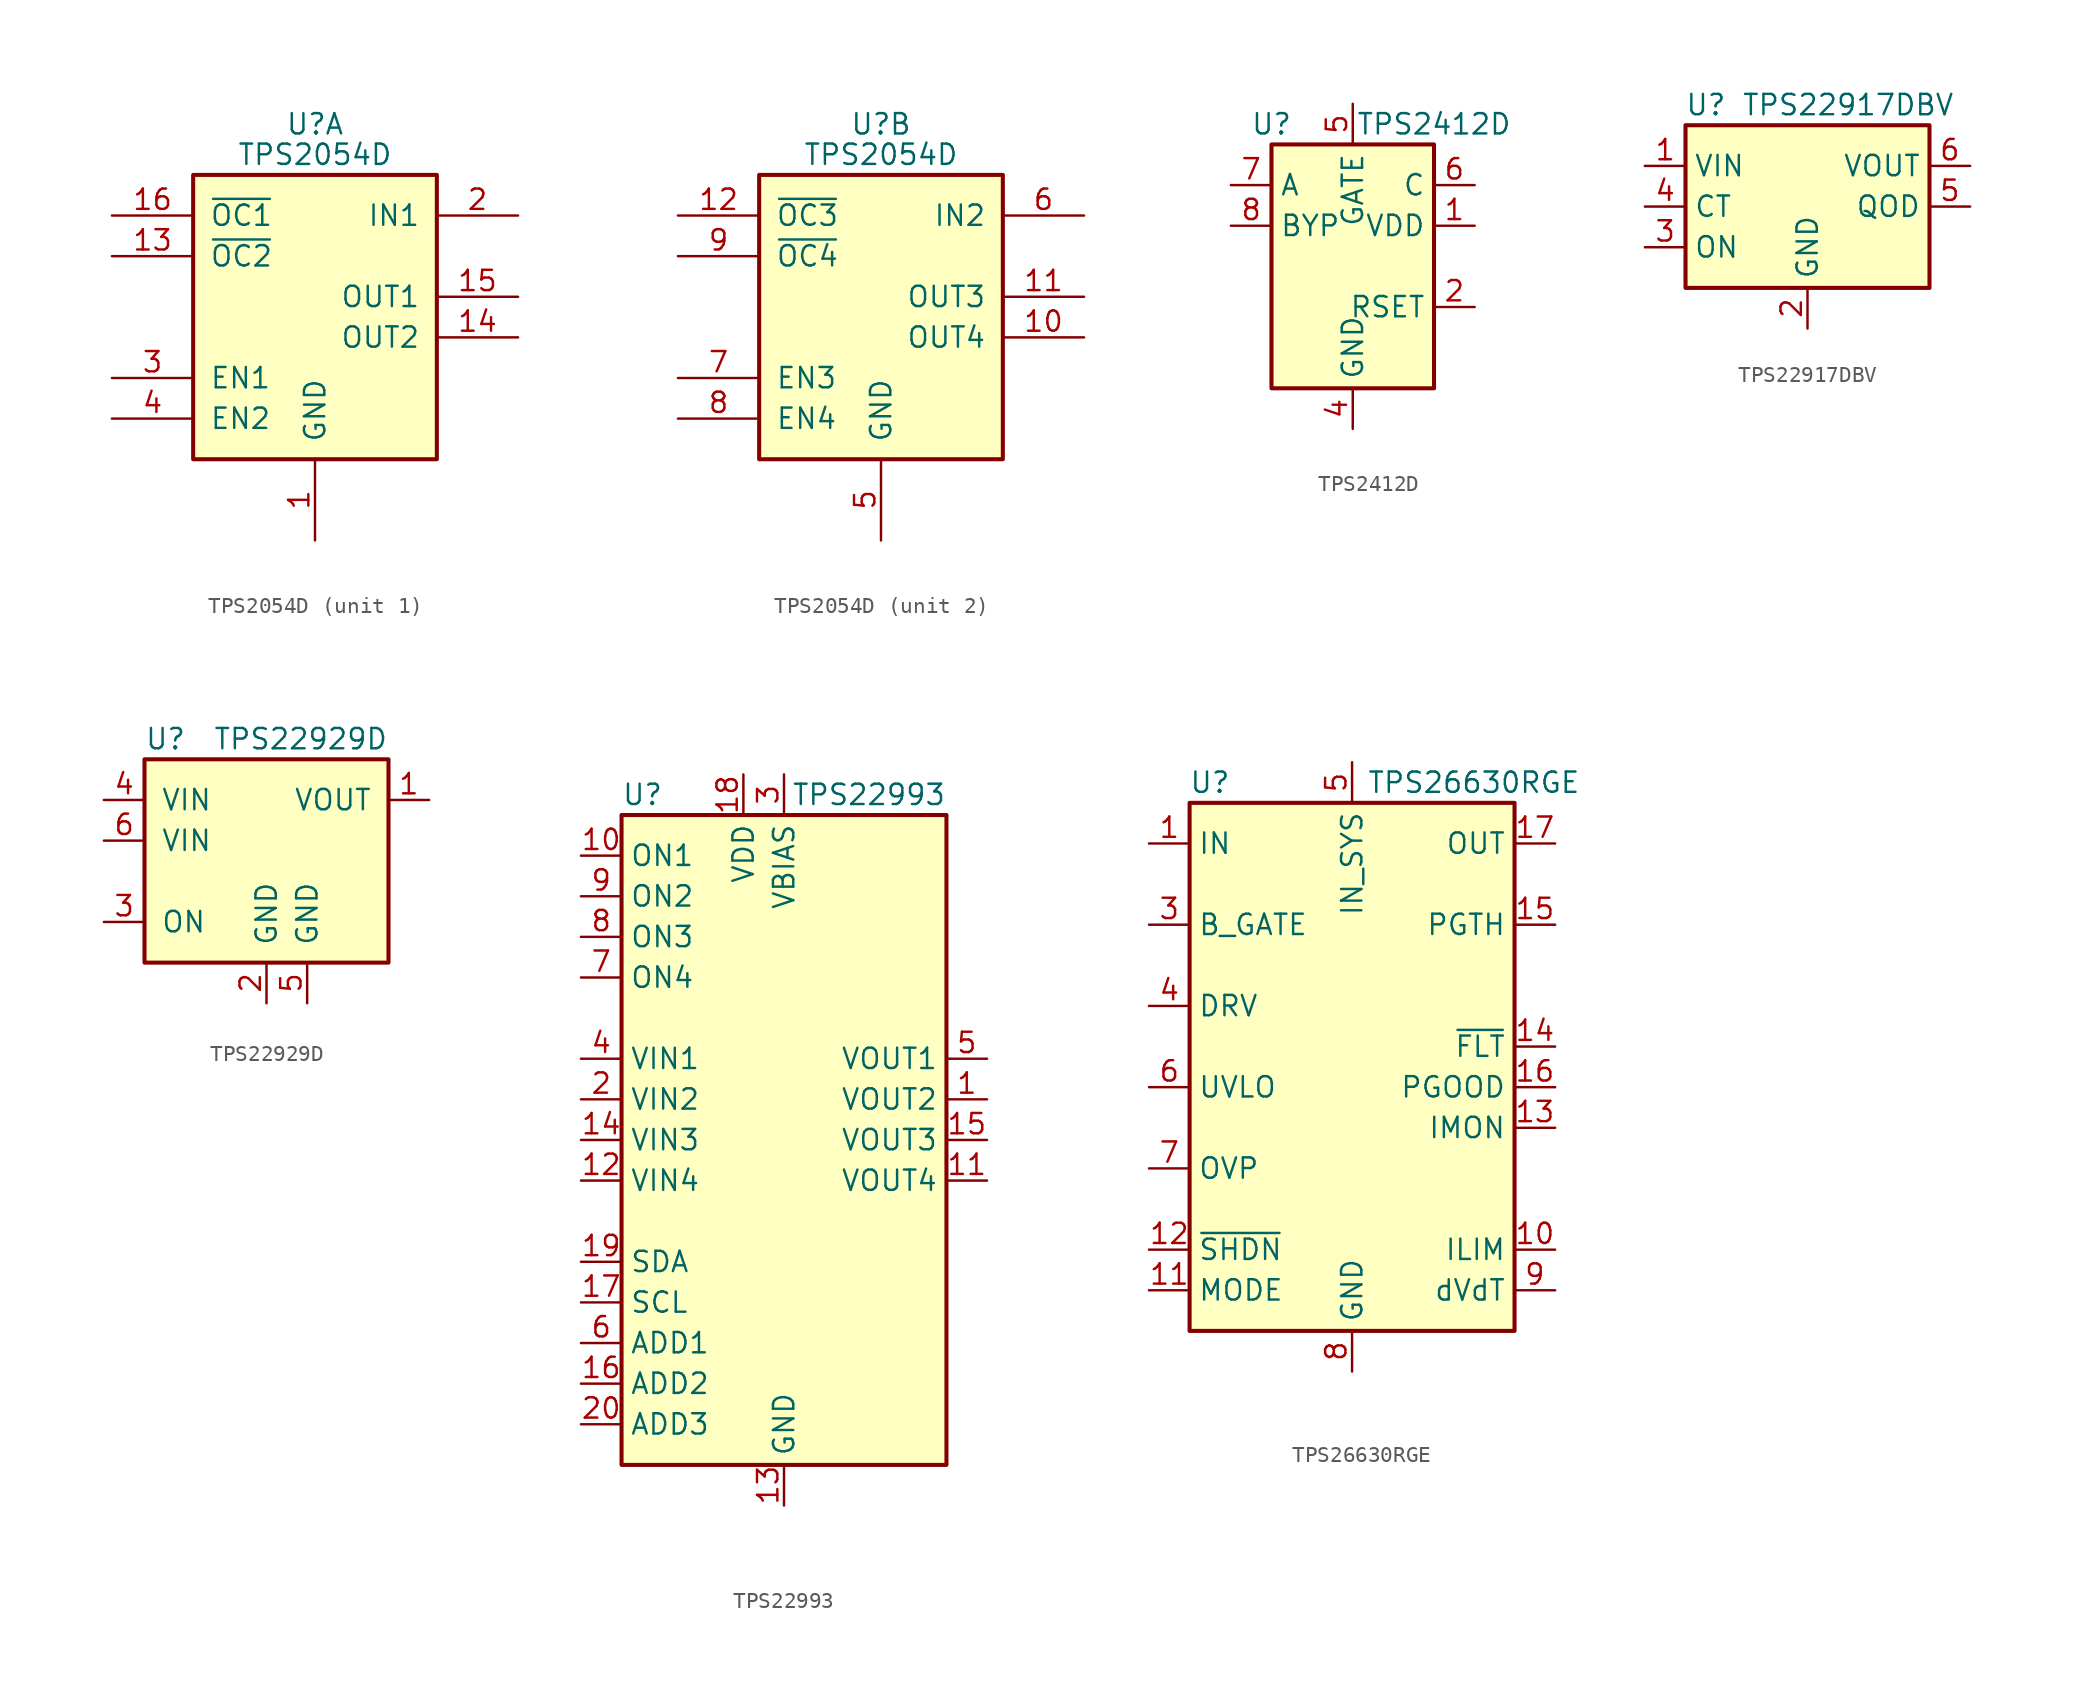
<source format=kicad_sym>
(kicad_symbol_lib
  (version 20220914)
  (generator kicad_symbol_editor)
  (symbol "TPS2054D"
    (pin_names
      (offset 1.016))
    (property "Reference" "U"
      (at 0 10.795 0)
      (effects (font (size 1.27 1.27))))
    (property "Value" "TPS2054D"
      (at 0 8.89 0)
      (effects (font (size 1.27 1.27))))
    (property "ki_locked" ""
      (at 0 0 0)
      (effects (font (size 1.27 1.27))))
    (symbol "TPS2054D_0_1"
      (rectangle (start -7.62 7.62) (end 7.62 -10.16) (stroke (width 0.254) (type default)) (fill (type background))))
    (symbol "TPS2054D_1_1"
      (pin power_in line (at 0 -15.24 90) (length 5.08) (name "GND" (effects (font (size 1.27 1.27)))) (number "1" (effects (font (size 1.27 1.27)))))
      (pin open_collector line (at -12.7 2.54 0) (length 5.08) (name "~{OC2}" (effects (font (size 1.27 1.27)))) (number "13" (effects (font (size 1.27 1.27)))))
      (pin passive line (at 12.7 -2.54 180) (length 5.08) (name "OUT2" (effects (font (size 1.27 1.27)))) (number "14" (effects (font (size 1.27 1.27)))))
      (pin passive line (at 12.7 0 180) (length 5.08) (name "OUT1" (effects (font (size 1.27 1.27)))) (number "15" (effects (font (size 1.27 1.27)))))
      (pin open_collector line (at -12.7 5.08 0) (length 5.08) (name "~{OC1}" (effects (font (size 1.27 1.27)))) (number "16" (effects (font (size 1.27 1.27)))))
      (pin passive line (at 12.7 5.08 180) (length 5.08) (name "IN1" (effects (font (size 1.27 1.27)))) (number "2" (effects (font (size 1.27 1.27)))))
      (pin input line (at -12.7 -5.08 0) (length 5.08) (name "EN1" (effects (font (size 1.27 1.27)))) (number "3" (effects (font (size 1.27 1.27)))))
      (pin input line (at -12.7 -7.62 0) (length 5.08) (name "EN2" (effects (font (size 1.27 1.27)))) (number "4" (effects (font (size 1.27 1.27))))))
    (symbol "TPS2054D_2_1"
      (pin passive line (at 12.7 -2.54 180) (length 5.08) (name "OUT4" (effects (font (size 1.27 1.27)))) (number "10" (effects (font (size 1.27 1.27)))))
      (pin passive line (at 12.7 0 180) (length 5.08) (name "OUT3" (effects (font (size 1.27 1.27)))) (number "11" (effects (font (size 1.27 1.27)))))
      (pin open_collector line (at -12.7 5.08 0) (length 5.08) (name "~{OC3}" (effects (font (size 1.27 1.27)))) (number "12" (effects (font (size 1.27 1.27)))))
      (pin power_in line (at 0 -15.24 90) (length 5.08) (name "GND" (effects (font (size 1.27 1.27)))) (number "5" (effects (font (size 1.27 1.27)))))
      (pin passive line (at 12.7 5.08 180) (length 5.08) (name "IN2" (effects (font (size 1.27 1.27)))) (number "6" (effects (font (size 1.27 1.27)))))
      (pin input line (at -12.7 -5.08 0) (length 5.08) (name "EN3" (effects (font (size 1.27 1.27)))) (number "7" (effects (font (size 1.27 1.27)))))
      (pin input line (at -12.7 -7.62 0) (length 5.08) (name "EN4" (effects (font (size 1.27 1.27)))) (number "8" (effects (font (size 1.27 1.27)))))
      (pin open_collector line (at -12.7 2.54 0) (length 5.08) (name "~{OC4}" (effects (font (size 1.27 1.27)))) (number "9" (effects (font (size 1.27 1.27)))))))
  (symbol "TPS2412D"
    (property "Reference" "U"
      (at -5.08 8.89 0)
      (effects (font (size 1.27 1.27))))
    (property "Value" "TPS2412D"
      (at 5.08 8.89 0)
      (effects (font (size 1.27 1.27))))
    (symbol "TPS2412D_0_1"
      (rectangle (start -5.08 7.62) (end 5.08 -7.62) (stroke (width 0.254) (type default)) (fill (type background))))
    (symbol "TPS2412D_1_1"
      (pin power_in line (at 7.62 2.54 180) (length 2.54) (name "VDD" (effects (font (size 1.27 1.27)))) (number "1" (effects (font (size 1.27 1.27)))))
      (pin passive line (at 7.62 -2.54 180) (length 2.54) (name "RSET" (effects (font (size 1.27 1.27)))) (number "2" (effects (font (size 1.27 1.27)))))
      (pin passive line (at 0 -10.16 90) (length 2.54) hide (name "GND" (effects (font (size 1.27 1.27)))) (number "3" (effects (font (size 1.27 1.27)))))
      (pin power_in line (at 0 -10.16 90) (length 2.54) (name "GND" (effects (font (size 1.27 1.27)))) (number "4" (effects (font (size 1.27 1.27)))))
      (pin output line (at 0 10.16 270) (length 2.54) (name "GATE" (effects (font (size 1.27 1.27)))) (number "5" (effects (font (size 1.27 1.27)))))
      (pin input line (at 7.62 5.08 180) (length 2.54) (name "C" (effects (font (size 1.27 1.27)))) (number "6" (effects (font (size 1.27 1.27)))))
      (pin input line (at -7.62 5.08 0) (length 2.54) (name "A" (effects (font (size 1.27 1.27)))) (number "7" (effects (font (size 1.27 1.27)))))
      (pin passive line (at -7.62 2.54 0) (length 2.54) (name "BYP" (effects (font (size 1.27 1.27)))) (number "8" (effects (font (size 1.27 1.27)))))))
  (symbol "TPS22917DBV"
    (property "Reference" "U"
      (at -6.35 6.35 0)
      (effects (font (size 1.27 1.27))))
    (property "Value" "TPS22917DBV"
      (at 2.54 6.35 0)
      (effects (font (size 1.27 1.27))))
    (symbol "TPS22917DBV_0_1"
      (rectangle (start -7.62 5.08) (end 7.62 -5.08) (stroke (width 0.254) (type default)) (fill (type background))))
    (symbol "TPS22917DBV_1_1"
      (pin power_in line (at -10.16 2.54 0) (length 2.54) (name "VIN" (effects (font (size 1.27 1.27)))) (number "1" (effects (font (size 1.27 1.27)))))
      (pin power_in line (at 0 -7.62 90) (length 2.54) (name "GND" (effects (font (size 1.27 1.27)))) (number "2" (effects (font (size 1.27 1.27)))))
      (pin input line (at -10.16 -2.54 0) (length 2.54) (name "ON" (effects (font (size 1.27 1.27)))) (number "3" (effects (font (size 1.27 1.27)))))
      (pin output line (at -10.16 0 0) (length 2.54) (name "CT" (effects (font (size 1.27 1.27)))) (number "4" (effects (font (size 1.27 1.27)))))
      (pin open_collector line (at 10.16 0 180) (length 2.54) (name "QOD" (effects (font (size 1.27 1.27)))) (number "5" (effects (font (size 1.27 1.27)))))
      (pin power_out line (at 10.16 2.54 180) (length 2.54) (name "VOUT" (effects (font (size 1.27 1.27)))) (number "6" (effects (font (size 1.27 1.27)))))))
  (symbol "TPS22929D"
    (pin_names
      (offset 1.016))
    (property "Reference" "U"
      (at -7.62 8.89 0)
      (effects (font (size 1.27 1.27)) (justify left)))
    (property "Value" "TPS22929D"
      (at 7.62 8.89 0)
      (effects (font (size 1.27 1.27)) (justify right)))
    (symbol "TPS22929D_0_1"
      (rectangle (start -7.62 7.62) (end 7.62 -5.08) (stroke (width 0.254) (type default)) (fill (type background))))
    (symbol "TPS22929D_1_1"
      (pin power_out line (at 10.16 5.08 180) (length 2.54) (name "VOUT" (effects (font (size 1.27 1.27)))) (number "1" (effects (font (size 1.27 1.27)))))
      (pin power_in line (at 0 -7.62 90) (length 2.54) (name "GND" (effects (font (size 1.27 1.27)))) (number "2" (effects (font (size 1.27 1.27)))))
      (pin input line (at -10.16 -2.54 0) (length 2.54) (name "ON" (effects (font (size 1.27 1.27)))) (number "3" (effects (font (size 1.27 1.27)))))
      (pin power_in line (at -10.16 5.08 0) (length 2.54) (name "VIN" (effects (font (size 1.27 1.27)))) (number "4" (effects (font (size 1.27 1.27)))))
      (pin power_in line (at 2.54 -7.62 90) (length 2.54) (name "GND" (effects (font (size 1.27 1.27)))) (number "5" (effects (font (size 1.27 1.27)))))
      (pin power_in line (at -10.16 2.54 0) (length 2.54) (name "VIN" (effects (font (size 1.27 1.27)))) (number "6" (effects (font (size 1.27 1.27)))))))
  (symbol "TPS22993"
    (property "Reference" "U"
      (at -10.16 21.59 0)
      (effects (font (size 1.27 1.27)) (justify left)))
    (property "Value" "TPS22993"
      (at 10.16 21.59 0)
      (effects (font (size 1.27 1.27)) (justify right)))
    (symbol "TPS22993_0_1"
      (rectangle (start -10.16 20.32) (end 10.16 -20.32) (stroke (width 0.254) (type default)) (fill (type background))))
    (symbol "TPS22993_1_1"
      (pin passive line (at 12.7 2.54 180) (length 2.54) (name "VOUT2" (effects (font (size 1.27 1.27)))) (number "1" (effects (font (size 1.27 1.27)))))
      (pin input line (at -12.7 17.78 0) (length 2.54) (name "ON1" (effects (font (size 1.27 1.27)))) (number "10" (effects (font (size 1.27 1.27)))))
      (pin passive line (at 12.7 -2.54 180) (length 2.54) (name "VOUT4" (effects (font (size 1.27 1.27)))) (number "11" (effects (font (size 1.27 1.27)))))
      (pin passive line (at -12.7 -2.54 0) (length 2.54) (name "VIN4" (effects (font (size 1.27 1.27)))) (number "12" (effects (font (size 1.27 1.27)))))
      (pin power_in line (at 0 -22.86 90) (length 2.54) (name "GND" (effects (font (size 1.27 1.27)))) (number "13" (effects (font (size 1.27 1.27)))))
      (pin passive line (at -12.7 0 0) (length 2.54) (name "VIN3" (effects (font (size 1.27 1.27)))) (number "14" (effects (font (size 1.27 1.27)))))
      (pin passive line (at 12.7 0 180) (length 2.54) (name "VOUT3" (effects (font (size 1.27 1.27)))) (number "15" (effects (font (size 1.27 1.27)))))
      (pin input line (at -12.7 -15.24 0) (length 2.54) (name "ADD2" (effects (font (size 1.27 1.27)))) (number "16" (effects (font (size 1.27 1.27)))))
      (pin input line (at -12.7 -10.16 0) (length 2.54) (name "SCL" (effects (font (size 1.27 1.27)))) (number "17" (effects (font (size 1.27 1.27)))))
      (pin power_in line (at -2.54 22.86 270) (length 2.54) (name "VDD" (effects (font (size 1.27 1.27)))) (number "18" (effects (font (size 1.27 1.27)))))
      (pin bidirectional line (at -12.7 -7.62 0) (length 2.54) (name "SDA" (effects (font (size 1.27 1.27)))) (number "19" (effects (font (size 1.27 1.27)))))
      (pin passive line (at -12.7 2.54 0) (length 2.54) (name "VIN2" (effects (font (size 1.27 1.27)))) (number "2" (effects (font (size 1.27 1.27)))))
      (pin input line (at -12.7 -17.78 0) (length 2.54) (name "ADD3" (effects (font (size 1.27 1.27)))) (number "20" (effects (font (size 1.27 1.27)))))
      (pin power_in line (at 0 22.86 270) (length 2.54) (name "VBIAS" (effects (font (size 1.27 1.27)))) (number "3" (effects (font (size 1.27 1.27)))))
      (pin passive line (at -12.7 5.08 0) (length 2.54) (name "VIN1" (effects (font (size 1.27 1.27)))) (number "4" (effects (font (size 1.27 1.27)))))
      (pin passive line (at 12.7 5.08 180) (length 2.54) (name "VOUT1" (effects (font (size 1.27 1.27)))) (number "5" (effects (font (size 1.27 1.27)))))
      (pin input line (at -12.7 -12.7 0) (length 2.54) (name "ADD1" (effects (font (size 1.27 1.27)))) (number "6" (effects (font (size 1.27 1.27)))))
      (pin input line (at -12.7 10.16 0) (length 2.54) (name "ON4" (effects (font (size 1.27 1.27)))) (number "7" (effects (font (size 1.27 1.27)))))
      (pin input line (at -12.7 12.7 0) (length 2.54) (name "ON3" (effects (font (size 1.27 1.27)))) (number "8" (effects (font (size 1.27 1.27)))))
      (pin input line (at -12.7 15.24 0) (length 2.54) (name "ON2" (effects (font (size 1.27 1.27)))) (number "9" (effects (font (size 1.27 1.27)))))))
  (symbol "TPS26630RGE"
    (property "Reference" "U"
      (at -8.89 16.51 0)
      (effects (font (size 1.27 1.27))))
    (property "Value" "TPS26630RGE"
      (at 7.62 16.51 0)
      (effects (font (size 1.27 1.27))))
    (symbol "TPS26630RGE_0_1"
      (rectangle (start -10.16 15.24) (end 10.16 -17.78) (stroke (width 0.254) (type default)) (fill (type background))))
    (symbol "TPS26630RGE_1_1"
      (pin power_in line (at -12.7 12.7 0) (length 2.54) (name "IN" (effects (font (size 1.27 1.27)))) (number "1" (effects (font (size 1.27 1.27)))))
      (pin passive line (at 12.7 -12.7 180) (length 2.54) (name "ILIM" (effects (font (size 1.27 1.27)))) (number "10" (effects (font (size 1.27 1.27)))))
      (pin input line (at -12.7 -15.24 0) (length 2.54) (name "MODE" (effects (font (size 1.27 1.27)))) (number "11" (effects (font (size 1.27 1.27)))))
      (pin input line (at -12.7 -12.7 0) (length 2.54) (name "~{SHDN}" (effects (font (size 1.27 1.27)))) (number "12" (effects (font (size 1.27 1.27)))))
      (pin output line (at 12.7 -5.08 180) (length 2.54) (name "IMON" (effects (font (size 1.27 1.27)))) (number "13" (effects (font (size 1.27 1.27)))))
      (pin open_collector line (at 12.7 0 180) (length 2.54) (name "~{FLT}" (effects (font (size 1.27 1.27)))) (number "14" (effects (font (size 1.27 1.27)))))
      (pin input line (at 12.7 7.62 180) (length 2.54) (name "PGTH" (effects (font (size 1.27 1.27)))) (number "15" (effects (font (size 1.27 1.27)))))
      (pin output line (at 12.7 -2.54 180) (length 2.54) (name "PGOOD" (effects (font (size 1.27 1.27)))) (number "16" (effects (font (size 1.27 1.27)))))
      (pin power_out line (at 12.7 12.7 180) (length 2.54) (name "OUT" (effects (font (size 1.27 1.27)))) (number "17" (effects (font (size 1.27 1.27)))))
      (pin passive line (at 12.7 12.7 180) (length 2.54) hide (name "OUT" (effects (font (size 1.27 1.27)))) (number "18" (effects (font (size 1.27 1.27)))))
      (pin no_connect line (at -10.16 10.16 0) (length 2.54) hide (name "NC" (effects (font (size 1.27 1.27)))) (number "19" (effects (font (size 1.27 1.27)))))
      (pin passive line (at -12.7 12.7 0) (length 2.54) hide (name "IN" (effects (font (size 1.27 1.27)))) (number "2" (effects (font (size 1.27 1.27)))))
      (pin no_connect line (at -10.16 5.08 0) (length 2.54) hide (name "NC" (effects (font (size 1.27 1.27)))) (number "20" (effects (font (size 1.27 1.27)))))
      (pin no_connect line (at -10.16 0 0) (length 2.54) hide (name "NC" (effects (font (size 1.27 1.27)))) (number "21" (effects (font (size 1.27 1.27)))))
      (pin no_connect line (at 10.16 10.16 180) (length 2.54) hide (name "NC" (effects (font (size 1.27 1.27)))) (number "22" (effects (font (size 1.27 1.27)))))
      (pin no_connect line (at 10.16 5.08 180) (length 2.54) hide (name "NC" (effects (font (size 1.27 1.27)))) (number "23" (effects (font (size 1.27 1.27)))))
      (pin no_connect line (at 10.16 2.54 180) (length 2.54) hide (name "NC" (effects (font (size 1.27 1.27)))) (number "24" (effects (font (size 1.27 1.27)))))
      (pin passive line (at 0 -20.32 90) (length 2.54) hide (name "GND" (effects (font (size 1.27 1.27)))) (number "25" (effects (font (size 1.27 1.27)))))
      (pin output line (at -12.7 7.62 0) (length 2.54) (name "B_GATE" (effects (font (size 1.27 1.27)))) (number "3" (effects (font (size 1.27 1.27)))))
      (pin output line (at -12.7 2.54 0) (length 2.54) (name "DRV" (effects (font (size 1.27 1.27)))) (number "4" (effects (font (size 1.27 1.27)))))
      (pin power_in line (at 0 17.78 270) (length 2.54) (name "IN_SYS" (effects (font (size 1.27 1.27)))) (number "5" (effects (font (size 1.27 1.27)))))
      (pin input line (at -12.7 -2.54 0) (length 2.54) (name "UVLO" (effects (font (size 1.27 1.27)))) (number "6" (effects (font (size 1.27 1.27)))))
      (pin input line (at -12.7 -7.62 0) (length 2.54) (name "OVP" (effects (font (size 1.27 1.27)))) (number "7" (effects (font (size 1.27 1.27)))))
      (pin power_in line (at 0 -20.32 90) (length 2.54) (name "GND" (effects (font (size 1.27 1.27)))) (number "8" (effects (font (size 1.27 1.27)))))
      (pin passive line (at 12.7 -15.24 180) (length 2.54) (name "dVdT" (effects (font (size 1.27 1.27)))) (number "9" (effects (font (size 1.27 1.27))))))))
</source>
